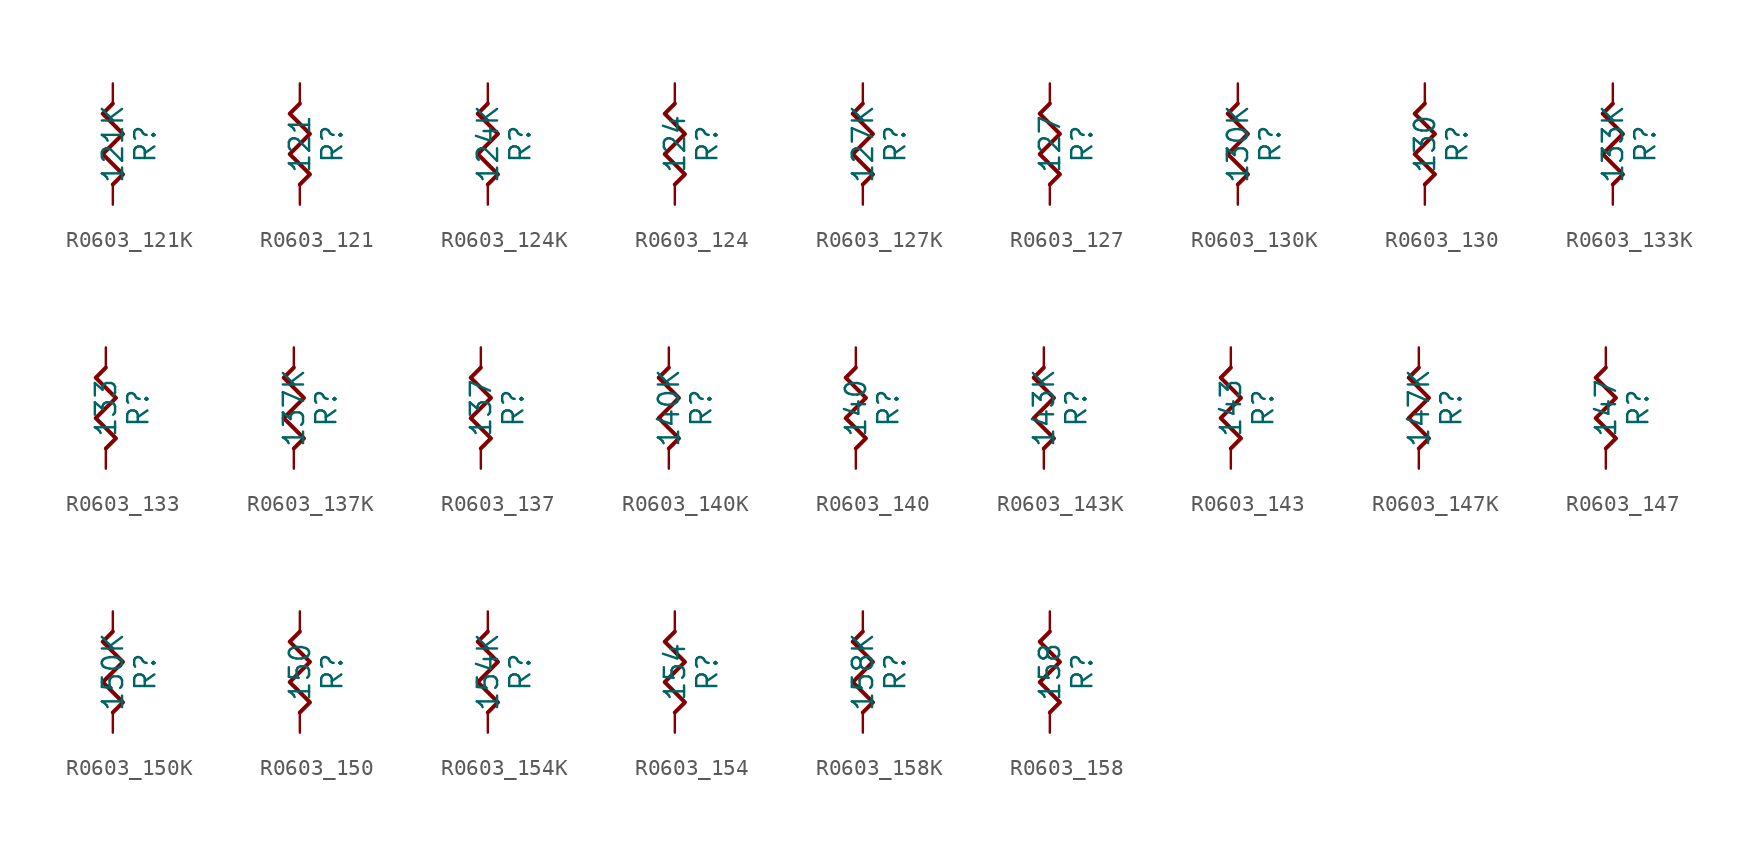
<source format=kicad_sym>
(kicad_symbol_lib
  (version 20211014)
  (generator atlantix-eda)
  (symbol "R0603_121K"
    (pin_numbers hide)
    (pin_names
      (offset 0))
    (property "Reference" "R"
      (at 2.032 0 90)
      (effects (font (size 1.27 1.27))))
    (property "Value" "121K"
      (at 0 0 90)
      (effects (font (size 1.27 1.27))))
    (symbol "R0603_121K_0_1"
      (polyline (pts (xy 0 -2.54) (xy 0.635 -1.905) (xy -0.635 -0.635) (xy 0.635 0.635) (xy -0.635 1.905) (xy 0 2.54)) (stroke (width 0.254) (type default) (color 0 0 0 0)) (fill (type none))))
    (symbol "R0603_121K_1_1"
      (pin passive line (at 0 3.81 270) (length 1.27) (name "~" (effects (font (size 1.27 1.27)))) (number "1" (effects (font (size 1.27 1.27)))))
      (pin passive line (at 0 -3.81 90) (length 1.27) (name "~" (effects (font (size 1.27 1.27)))) (number "2" (effects (font (size 1.27 1.27)))))))
  (symbol "R0603_121"
    (pin_numbers hide)
    (pin_names
      (offset 0))
    (property "Reference" "R"
      (at 2.032 0 90)
      (effects (font (size 1.27 1.27))))
    (property "Value" "121"
      (at 0 0 90)
      (effects (font (size 1.27 1.27))))
    (symbol "R0603_121_0_1"
      (polyline (pts (xy 0 -2.54) (xy 0.635 -1.905) (xy -0.635 -0.635) (xy 0.635 0.635) (xy -0.635 1.905) (xy 0 2.54)) (stroke (width 0.254) (type default) (color 0 0 0 0)) (fill (type none))))
    (symbol "R0603_121_1_1"
      (pin passive line (at 0 3.81 270) (length 1.27) (name "~" (effects (font (size 1.27 1.27)))) (number "1" (effects (font (size 1.27 1.27)))))
      (pin passive line (at 0 -3.81 90) (length 1.27) (name "~" (effects (font (size 1.27 1.27)))) (number "2" (effects (font (size 1.27 1.27)))))))
  (symbol "R0603_124K"
    (pin_numbers hide)
    (pin_names
      (offset 0))
    (property "Reference" "R"
      (at 2.032 0 90)
      (effects (font (size 1.27 1.27))))
    (property "Value" "124K"
      (at 0 0 90)
      (effects (font (size 1.27 1.27))))
    (symbol "R0603_124K_0_1"
      (polyline (pts (xy 0 -2.54) (xy 0.635 -1.905) (xy -0.635 -0.635) (xy 0.635 0.635) (xy -0.635 1.905) (xy 0 2.54)) (stroke (width 0.254) (type default) (color 0 0 0 0)) (fill (type none))))
    (symbol "R0603_124K_1_1"
      (pin passive line (at 0 3.81 270) (length 1.27) (name "~" (effects (font (size 1.27 1.27)))) (number "1" (effects (font (size 1.27 1.27)))))
      (pin passive line (at 0 -3.81 90) (length 1.27) (name "~" (effects (font (size 1.27 1.27)))) (number "2" (effects (font (size 1.27 1.27)))))))
  (symbol "R0603_124"
    (pin_numbers hide)
    (pin_names
      (offset 0))
    (property "Reference" "R"
      (at 2.032 0 90)
      (effects (font (size 1.27 1.27))))
    (property "Value" "124"
      (at 0 0 90)
      (effects (font (size 1.27 1.27))))
    (symbol "R0603_124_0_1"
      (polyline (pts (xy 0 -2.54) (xy 0.635 -1.905) (xy -0.635 -0.635) (xy 0.635 0.635) (xy -0.635 1.905) (xy 0 2.54)) (stroke (width 0.254) (type default) (color 0 0 0 0)) (fill (type none))))
    (symbol "R0603_124_1_1"
      (pin passive line (at 0 3.81 270) (length 1.27) (name "~" (effects (font (size 1.27 1.27)))) (number "1" (effects (font (size 1.27 1.27)))))
      (pin passive line (at 0 -3.81 90) (length 1.27) (name "~" (effects (font (size 1.27 1.27)))) (number "2" (effects (font (size 1.27 1.27)))))))
  (symbol "R0603_127K"
    (pin_numbers hide)
    (pin_names
      (offset 0))
    (property "Reference" "R"
      (at 2.032 0 90)
      (effects (font (size 1.27 1.27))))
    (property "Value" "127K"
      (at 0 0 90)
      (effects (font (size 1.27 1.27))))
    (symbol "R0603_127K_0_1"
      (polyline (pts (xy 0 -2.54) (xy 0.635 -1.905) (xy -0.635 -0.635) (xy 0.635 0.635) (xy -0.635 1.905) (xy 0 2.54)) (stroke (width 0.254) (type default) (color 0 0 0 0)) (fill (type none))))
    (symbol "R0603_127K_1_1"
      (pin passive line (at 0 3.81 270) (length 1.27) (name "~" (effects (font (size 1.27 1.27)))) (number "1" (effects (font (size 1.27 1.27)))))
      (pin passive line (at 0 -3.81 90) (length 1.27) (name "~" (effects (font (size 1.27 1.27)))) (number "2" (effects (font (size 1.27 1.27)))))))
  (symbol "R0603_127"
    (pin_numbers hide)
    (pin_names
      (offset 0))
    (property "Reference" "R"
      (at 2.032 0 90)
      (effects (font (size 1.27 1.27))))
    (property "Value" "127"
      (at 0 0 90)
      (effects (font (size 1.27 1.27))))
    (symbol "R0603_127_0_1"
      (polyline (pts (xy 0 -2.54) (xy 0.635 -1.905) (xy -0.635 -0.635) (xy 0.635 0.635) (xy -0.635 1.905) (xy 0 2.54)) (stroke (width 0.254) (type default) (color 0 0 0 0)) (fill (type none))))
    (symbol "R0603_127_1_1"
      (pin passive line (at 0 3.81 270) (length 1.27) (name "~" (effects (font (size 1.27 1.27)))) (number "1" (effects (font (size 1.27 1.27)))))
      (pin passive line (at 0 -3.81 90) (length 1.27) (name "~" (effects (font (size 1.27 1.27)))) (number "2" (effects (font (size 1.27 1.27)))))))
  (symbol "R0603_130K"
    (pin_numbers hide)
    (pin_names
      (offset 0))
    (property "Reference" "R"
      (at 2.032 0 90)
      (effects (font (size 1.27 1.27))))
    (property "Value" "130K"
      (at 0 0 90)
      (effects (font (size 1.27 1.27))))
    (symbol "R0603_130K_0_1"
      (polyline (pts (xy 0 -2.54) (xy 0.635 -1.905) (xy -0.635 -0.635) (xy 0.635 0.635) (xy -0.635 1.905) (xy 0 2.54)) (stroke (width 0.254) (type default) (color 0 0 0 0)) (fill (type none))))
    (symbol "R0603_130K_1_1"
      (pin passive line (at 0 3.81 270) (length 1.27) (name "~" (effects (font (size 1.27 1.27)))) (number "1" (effects (font (size 1.27 1.27)))))
      (pin passive line (at 0 -3.81 90) (length 1.27) (name "~" (effects (font (size 1.27 1.27)))) (number "2" (effects (font (size 1.27 1.27)))))))
  (symbol "R0603_130"
    (pin_numbers hide)
    (pin_names
      (offset 0))
    (property "Reference" "R"
      (at 2.032 0 90)
      (effects (font (size 1.27 1.27))))
    (property "Value" "130"
      (at 0 0 90)
      (effects (font (size 1.27 1.27))))
    (symbol "R0603_130_0_1"
      (polyline (pts (xy 0 -2.54) (xy 0.635 -1.905) (xy -0.635 -0.635) (xy 0.635 0.635) (xy -0.635 1.905) (xy 0 2.54)) (stroke (width 0.254) (type default) (color 0 0 0 0)) (fill (type none))))
    (symbol "R0603_130_1_1"
      (pin passive line (at 0 3.81 270) (length 1.27) (name "~" (effects (font (size 1.27 1.27)))) (number "1" (effects (font (size 1.27 1.27)))))
      (pin passive line (at 0 -3.81 90) (length 1.27) (name "~" (effects (font (size 1.27 1.27)))) (number "2" (effects (font (size 1.27 1.27)))))))
  (symbol "R0603_133K"
    (pin_numbers hide)
    (pin_names
      (offset 0))
    (property "Reference" "R"
      (at 2.032 0 90)
      (effects (font (size 1.27 1.27))))
    (property "Value" "133K"
      (at 0 0 90)
      (effects (font (size 1.27 1.27))))
    (symbol "R0603_133K_0_1"
      (polyline (pts (xy 0 -2.54) (xy 0.635 -1.905) (xy -0.635 -0.635) (xy 0.635 0.635) (xy -0.635 1.905) (xy 0 2.54)) (stroke (width 0.254) (type default) (color 0 0 0 0)) (fill (type none))))
    (symbol "R0603_133K_1_1"
      (pin passive line (at 0 3.81 270) (length 1.27) (name "~" (effects (font (size 1.27 1.27)))) (number "1" (effects (font (size 1.27 1.27)))))
      (pin passive line (at 0 -3.81 90) (length 1.27) (name "~" (effects (font (size 1.27 1.27)))) (number "2" (effects (font (size 1.27 1.27)))))))
  (symbol "R0603_133"
    (pin_numbers hide)
    (pin_names
      (offset 0))
    (property "Reference" "R"
      (at 2.032 0 90)
      (effects (font (size 1.27 1.27))))
    (property "Value" "133"
      (at 0 0 90)
      (effects (font (size 1.27 1.27))))
    (symbol "R0603_133_0_1"
      (polyline (pts (xy 0 -2.54) (xy 0.635 -1.905) (xy -0.635 -0.635) (xy 0.635 0.635) (xy -0.635 1.905) (xy 0 2.54)) (stroke (width 0.254) (type default) (color 0 0 0 0)) (fill (type none))))
    (symbol "R0603_133_1_1"
      (pin passive line (at 0 3.81 270) (length 1.27) (name "~" (effects (font (size 1.27 1.27)))) (number "1" (effects (font (size 1.27 1.27)))))
      (pin passive line (at 0 -3.81 90) (length 1.27) (name "~" (effects (font (size 1.27 1.27)))) (number "2" (effects (font (size 1.27 1.27)))))))
  (symbol "R0603_137K"
    (pin_numbers hide)
    (pin_names
      (offset 0))
    (property "Reference" "R"
      (at 2.032 0 90)
      (effects (font (size 1.27 1.27))))
    (property "Value" "137K"
      (at 0 0 90)
      (effects (font (size 1.27 1.27))))
    (symbol "R0603_137K_0_1"
      (polyline (pts (xy 0 -2.54) (xy 0.635 -1.905) (xy -0.635 -0.635) (xy 0.635 0.635) (xy -0.635 1.905) (xy 0 2.54)) (stroke (width 0.254) (type default) (color 0 0 0 0)) (fill (type none))))
    (symbol "R0603_137K_1_1"
      (pin passive line (at 0 3.81 270) (length 1.27) (name "~" (effects (font (size 1.27 1.27)))) (number "1" (effects (font (size 1.27 1.27)))))
      (pin passive line (at 0 -3.81 90) (length 1.27) (name "~" (effects (font (size 1.27 1.27)))) (number "2" (effects (font (size 1.27 1.27)))))))
  (symbol "R0603_137"
    (pin_numbers hide)
    (pin_names
      (offset 0))
    (property "Reference" "R"
      (at 2.032 0 90)
      (effects (font (size 1.27 1.27))))
    (property "Value" "137"
      (at 0 0 90)
      (effects (font (size 1.27 1.27))))
    (symbol "R0603_137_0_1"
      (polyline (pts (xy 0 -2.54) (xy 0.635 -1.905) (xy -0.635 -0.635) (xy 0.635 0.635) (xy -0.635 1.905) (xy 0 2.54)) (stroke (width 0.254) (type default) (color 0 0 0 0)) (fill (type none))))
    (symbol "R0603_137_1_1"
      (pin passive line (at 0 3.81 270) (length 1.27) (name "~" (effects (font (size 1.27 1.27)))) (number "1" (effects (font (size 1.27 1.27)))))
      (pin passive line (at 0 -3.81 90) (length 1.27) (name "~" (effects (font (size 1.27 1.27)))) (number "2" (effects (font (size 1.27 1.27)))))))
  (symbol "R0603_140K"
    (pin_numbers hide)
    (pin_names
      (offset 0))
    (property "Reference" "R"
      (at 2.032 0 90)
      (effects (font (size 1.27 1.27))))
    (property "Value" "140K"
      (at 0 0 90)
      (effects (font (size 1.27 1.27))))
    (symbol "R0603_140K_0_1"
      (polyline (pts (xy 0 -2.54) (xy 0.635 -1.905) (xy -0.635 -0.635) (xy 0.635 0.635) (xy -0.635 1.905) (xy 0 2.54)) (stroke (width 0.254) (type default) (color 0 0 0 0)) (fill (type none))))
    (symbol "R0603_140K_1_1"
      (pin passive line (at 0 3.81 270) (length 1.27) (name "~" (effects (font (size 1.27 1.27)))) (number "1" (effects (font (size 1.27 1.27)))))
      (pin passive line (at 0 -3.81 90) (length 1.27) (name "~" (effects (font (size 1.27 1.27)))) (number "2" (effects (font (size 1.27 1.27)))))))
  (symbol "R0603_140"
    (pin_numbers hide)
    (pin_names
      (offset 0))
    (property "Reference" "R"
      (at 2.032 0 90)
      (effects (font (size 1.27 1.27))))
    (property "Value" "140"
      (at 0 0 90)
      (effects (font (size 1.27 1.27))))
    (symbol "R0603_140_0_1"
      (polyline (pts (xy 0 -2.54) (xy 0.635 -1.905) (xy -0.635 -0.635) (xy 0.635 0.635) (xy -0.635 1.905) (xy 0 2.54)) (stroke (width 0.254) (type default) (color 0 0 0 0)) (fill (type none))))
    (symbol "R0603_140_1_1"
      (pin passive line (at 0 3.81 270) (length 1.27) (name "~" (effects (font (size 1.27 1.27)))) (number "1" (effects (font (size 1.27 1.27)))))
      (pin passive line (at 0 -3.81 90) (length 1.27) (name "~" (effects (font (size 1.27 1.27)))) (number "2" (effects (font (size 1.27 1.27)))))))
  (symbol "R0603_143K"
    (pin_numbers hide)
    (pin_names
      (offset 0))
    (property "Reference" "R"
      (at 2.032 0 90)
      (effects (font (size 1.27 1.27))))
    (property "Value" "143K"
      (at 0 0 90)
      (effects (font (size 1.27 1.27))))
    (symbol "R0603_143K_0_1"
      (polyline (pts (xy 0 -2.54) (xy 0.635 -1.905) (xy -0.635 -0.635) (xy 0.635 0.635) (xy -0.635 1.905) (xy 0 2.54)) (stroke (width 0.254) (type default) (color 0 0 0 0)) (fill (type none))))
    (symbol "R0603_143K_1_1"
      (pin passive line (at 0 3.81 270) (length 1.27) (name "~" (effects (font (size 1.27 1.27)))) (number "1" (effects (font (size 1.27 1.27)))))
      (pin passive line (at 0 -3.81 90) (length 1.27) (name "~" (effects (font (size 1.27 1.27)))) (number "2" (effects (font (size 1.27 1.27)))))))
  (symbol "R0603_143"
    (pin_numbers hide)
    (pin_names
      (offset 0))
    (property "Reference" "R"
      (at 2.032 0 90)
      (effects (font (size 1.27 1.27))))
    (property "Value" "143"
      (at 0 0 90)
      (effects (font (size 1.27 1.27))))
    (symbol "R0603_143_0_1"
      (polyline (pts (xy 0 -2.54) (xy 0.635 -1.905) (xy -0.635 -0.635) (xy 0.635 0.635) (xy -0.635 1.905) (xy 0 2.54)) (stroke (width 0.254) (type default) (color 0 0 0 0)) (fill (type none))))
    (symbol "R0603_143_1_1"
      (pin passive line (at 0 3.81 270) (length 1.27) (name "~" (effects (font (size 1.27 1.27)))) (number "1" (effects (font (size 1.27 1.27)))))
      (pin passive line (at 0 -3.81 90) (length 1.27) (name "~" (effects (font (size 1.27 1.27)))) (number "2" (effects (font (size 1.27 1.27)))))))
  (symbol "R0603_147K"
    (pin_numbers hide)
    (pin_names
      (offset 0))
    (property "Reference" "R"
      (at 2.032 0 90)
      (effects (font (size 1.27 1.27))))
    (property "Value" "147K"
      (at 0 0 90)
      (effects (font (size 1.27 1.27))))
    (symbol "R0603_147K_0_1"
      (polyline (pts (xy 0 -2.54) (xy 0.635 -1.905) (xy -0.635 -0.635) (xy 0.635 0.635) (xy -0.635 1.905) (xy 0 2.54)) (stroke (width 0.254) (type default) (color 0 0 0 0)) (fill (type none))))
    (symbol "R0603_147K_1_1"
      (pin passive line (at 0 3.81 270) (length 1.27) (name "~" (effects (font (size 1.27 1.27)))) (number "1" (effects (font (size 1.27 1.27)))))
      (pin passive line (at 0 -3.81 90) (length 1.27) (name "~" (effects (font (size 1.27 1.27)))) (number "2" (effects (font (size 1.27 1.27)))))))
  (symbol "R0603_147"
    (pin_numbers hide)
    (pin_names
      (offset 0))
    (property "Reference" "R"
      (at 2.032 0 90)
      (effects (font (size 1.27 1.27))))
    (property "Value" "147"
      (at 0 0 90)
      (effects (font (size 1.27 1.27))))
    (symbol "R0603_147_0_1"
      (polyline (pts (xy 0 -2.54) (xy 0.635 -1.905) (xy -0.635 -0.635) (xy 0.635 0.635) (xy -0.635 1.905) (xy 0 2.54)) (stroke (width 0.254) (type default) (color 0 0 0 0)) (fill (type none))))
    (symbol "R0603_147_1_1"
      (pin passive line (at 0 3.81 270) (length 1.27) (name "~" (effects (font (size 1.27 1.27)))) (number "1" (effects (font (size 1.27 1.27)))))
      (pin passive line (at 0 -3.81 90) (length 1.27) (name "~" (effects (font (size 1.27 1.27)))) (number "2" (effects (font (size 1.27 1.27)))))))
  (symbol "R0603_150K"
    (pin_numbers hide)
    (pin_names
      (offset 0))
    (property "Reference" "R"
      (at 2.032 0 90)
      (effects (font (size 1.27 1.27))))
    (property "Value" "150K"
      (at 0 0 90)
      (effects (font (size 1.27 1.27))))
    (symbol "R0603_150K_0_1"
      (polyline (pts (xy 0 -2.54) (xy 0.635 -1.905) (xy -0.635 -0.635) (xy 0.635 0.635) (xy -0.635 1.905) (xy 0 2.54)) (stroke (width 0.254) (type default) (color 0 0 0 0)) (fill (type none))))
    (symbol "R0603_150K_1_1"
      (pin passive line (at 0 3.81 270) (length 1.27) (name "~" (effects (font (size 1.27 1.27)))) (number "1" (effects (font (size 1.27 1.27)))))
      (pin passive line (at 0 -3.81 90) (length 1.27) (name "~" (effects (font (size 1.27 1.27)))) (number "2" (effects (font (size 1.27 1.27)))))))
  (symbol "R0603_150"
    (pin_numbers hide)
    (pin_names
      (offset 0))
    (property "Reference" "R"
      (at 2.032 0 90)
      (effects (font (size 1.27 1.27))))
    (property "Value" "150"
      (at 0 0 90)
      (effects (font (size 1.27 1.27))))
    (symbol "R0603_150_0_1"
      (polyline (pts (xy 0 -2.54) (xy 0.635 -1.905) (xy -0.635 -0.635) (xy 0.635 0.635) (xy -0.635 1.905) (xy 0 2.54)) (stroke (width 0.254) (type default) (color 0 0 0 0)) (fill (type none))))
    (symbol "R0603_150_1_1"
      (pin passive line (at 0 3.81 270) (length 1.27) (name "~" (effects (font (size 1.27 1.27)))) (number "1" (effects (font (size 1.27 1.27)))))
      (pin passive line (at 0 -3.81 90) (length 1.27) (name "~" (effects (font (size 1.27 1.27)))) (number "2" (effects (font (size 1.27 1.27)))))))
  (symbol "R0603_154K"
    (pin_numbers hide)
    (pin_names
      (offset 0))
    (property "Reference" "R"
      (at 2.032 0 90)
      (effects (font (size 1.27 1.27))))
    (property "Value" "154K"
      (at 0 0 90)
      (effects (font (size 1.27 1.27))))
    (symbol "R0603_154K_0_1"
      (polyline (pts (xy 0 -2.54) (xy 0.635 -1.905) (xy -0.635 -0.635) (xy 0.635 0.635) (xy -0.635 1.905) (xy 0 2.54)) (stroke (width 0.254) (type default) (color 0 0 0 0)) (fill (type none))))
    (symbol "R0603_154K_1_1"
      (pin passive line (at 0 3.81 270) (length 1.27) (name "~" (effects (font (size 1.27 1.27)))) (number "1" (effects (font (size 1.27 1.27)))))
      (pin passive line (at 0 -3.81 90) (length 1.27) (name "~" (effects (font (size 1.27 1.27)))) (number "2" (effects (font (size 1.27 1.27)))))))
  (symbol "R0603_154"
    (pin_numbers hide)
    (pin_names
      (offset 0))
    (property "Reference" "R"
      (at 2.032 0 90)
      (effects (font (size 1.27 1.27))))
    (property "Value" "154"
      (at 0 0 90)
      (effects (font (size 1.27 1.27))))
    (symbol "R0603_154_0_1"
      (polyline (pts (xy 0 -2.54) (xy 0.635 -1.905) (xy -0.635 -0.635) (xy 0.635 0.635) (xy -0.635 1.905) (xy 0 2.54)) (stroke (width 0.254) (type default) (color 0 0 0 0)) (fill (type none))))
    (symbol "R0603_154_1_1"
      (pin passive line (at 0 3.81 270) (length 1.27) (name "~" (effects (font (size 1.27 1.27)))) (number "1" (effects (font (size 1.27 1.27)))))
      (pin passive line (at 0 -3.81 90) (length 1.27) (name "~" (effects (font (size 1.27 1.27)))) (number "2" (effects (font (size 1.27 1.27)))))))
  (symbol "R0603_158K"
    (pin_numbers hide)
    (pin_names
      (offset 0))
    (property "Reference" "R"
      (at 2.032 0 90)
      (effects (font (size 1.27 1.27))))
    (property "Value" "158K"
      (at 0 0 90)
      (effects (font (size 1.27 1.27))))
    (symbol "R0603_158K_0_1"
      (polyline (pts (xy 0 -2.54) (xy 0.635 -1.905) (xy -0.635 -0.635) (xy 0.635 0.635) (xy -0.635 1.905) (xy 0 2.54)) (stroke (width 0.254) (type default) (color 0 0 0 0)) (fill (type none))))
    (symbol "R0603_158K_1_1"
      (pin passive line (at 0 3.81 270) (length 1.27) (name "~" (effects (font (size 1.27 1.27)))) (number "1" (effects (font (size 1.27 1.27)))))
      (pin passive line (at 0 -3.81 90) (length 1.27) (name "~" (effects (font (size 1.27 1.27)))) (number "2" (effects (font (size 1.27 1.27)))))))
  (symbol "R0603_158"
    (pin_numbers hide)
    (pin_names
      (offset 0))
    (property "Reference" "R"
      (at 2.032 0 90)
      (effects (font (size 1.27 1.27))))
    (property "Value" "158"
      (at 0 0 90)
      (effects (font (size 1.27 1.27))))
    (symbol "R0603_158_0_1"
      (polyline (pts (xy 0 -2.54) (xy 0.635 -1.905) (xy -0.635 -0.635) (xy 0.635 0.635) (xy -0.635 1.905) (xy 0 2.54)) (stroke (width 0.254) (type default) (color 0 0 0 0)) (fill (type none))))
    (symbol "R0603_158_1_1"
      (pin passive line (at 0 3.81 270) (length 1.27) (name "~" (effects (font (size 1.27 1.27)))) (number "1" (effects (font (size 1.27 1.27)))))
      (pin passive line (at 0 -3.81 90) (length 1.27) (name "~" (effects (font (size 1.27 1.27)))) (number "2" (effects (font (size 1.27 1.27))))))))
</source>
